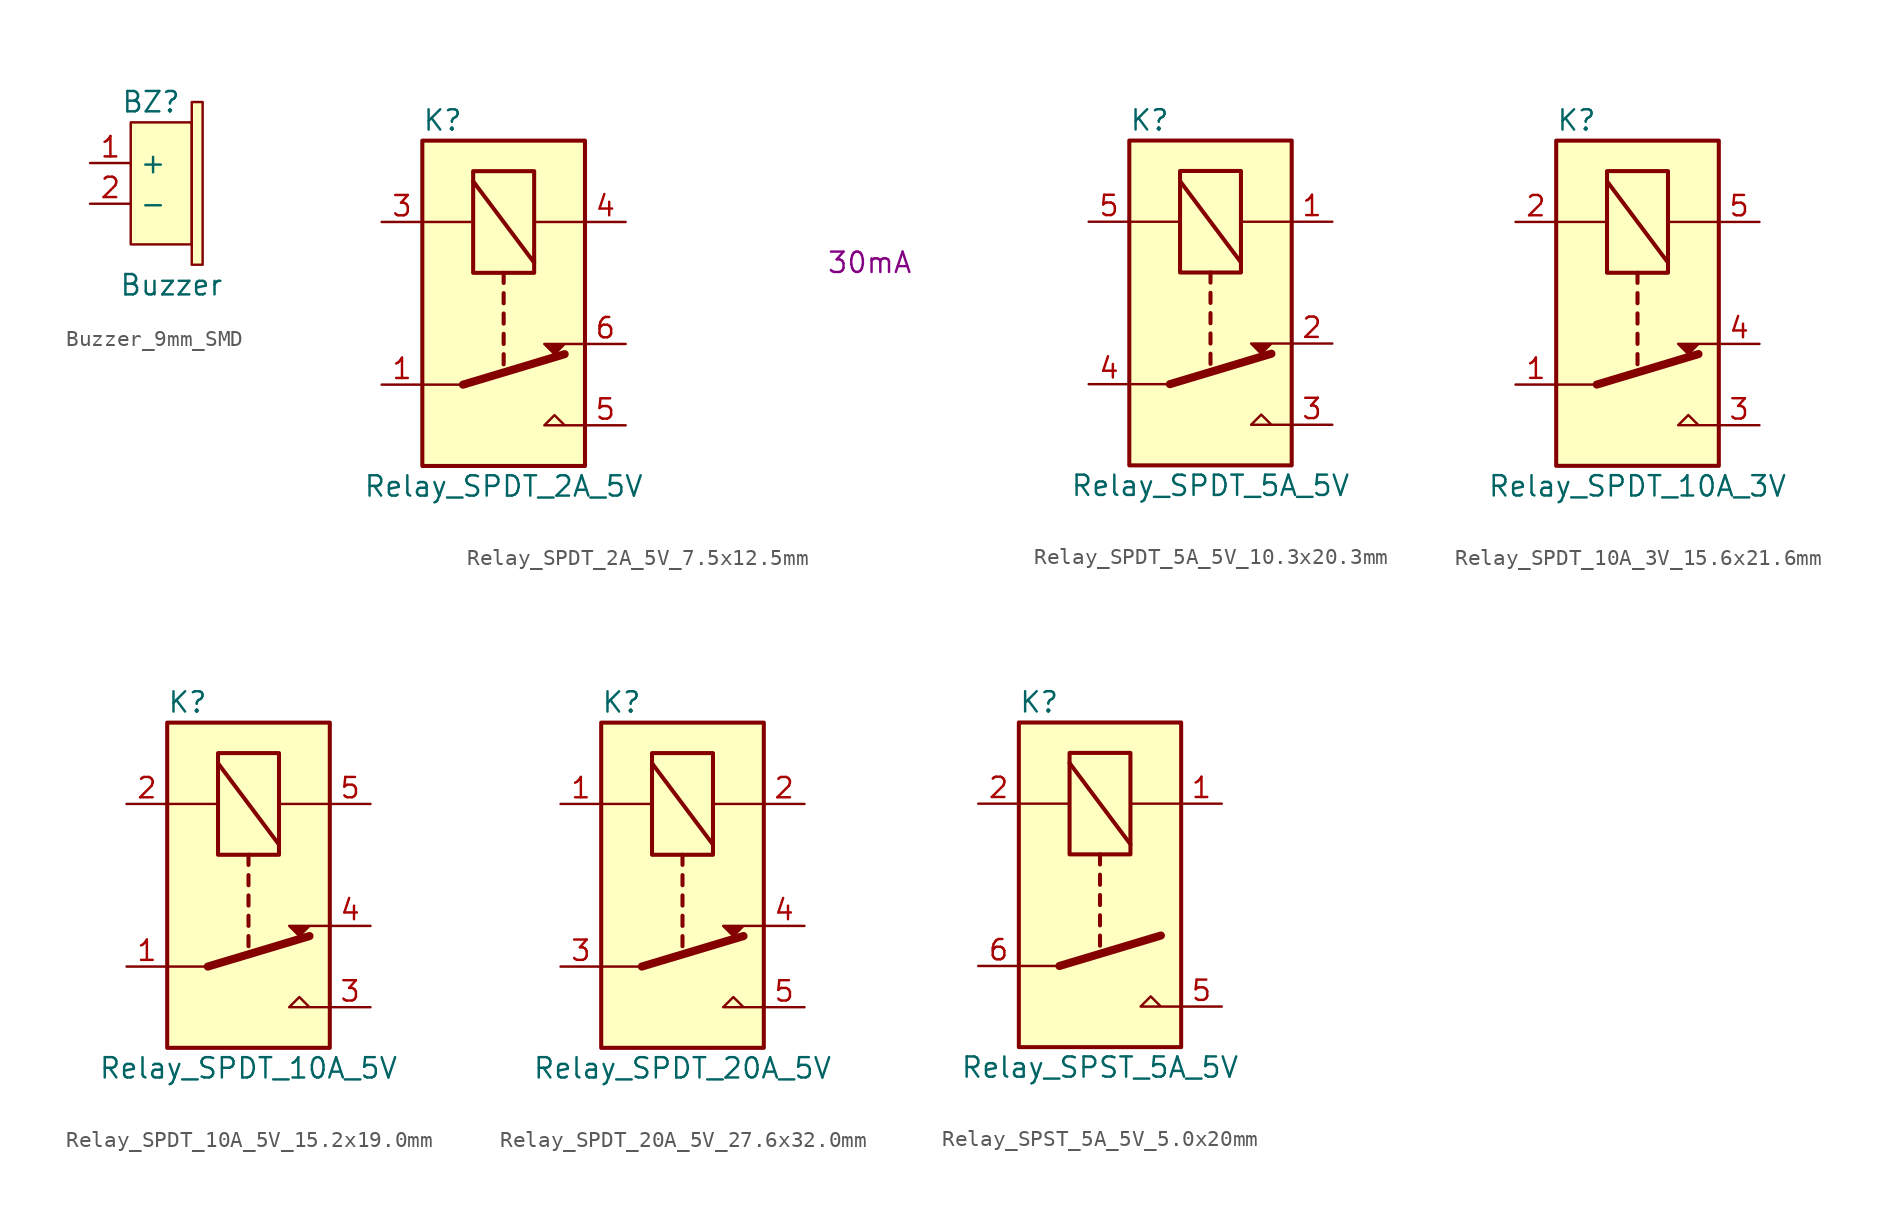
<source format=kicad_sym>
(kicad_symbol_lib
  (version 20231120)
  (generator "kicad_symbol_editor")
  (generator_version "8.0")
  (symbol "Buzzer_9mm_SMD"
    (property "Reference" "BZ"
      (at 0 5.08 0)
      (effects (font (size 1.27 1.27))))
    (property "Value" "Buzzer"
      (at 1.27 -6.35 0)
      (effects (font (size 1.27 1.27))))
    (symbol "Buzzer_9mm_SMD_1_1"
      (polyline (pts (xy -1.27 3.81) (xy -1.27 -3.81) (xy 2.54 -3.81) (xy 2.54 3.81) (xy -1.27 3.81)) (stroke (width 0) (type default)) (fill (type background)))
      (rectangle (start 3.219 5.08) (end 2.54 -5.08) (stroke (width 0) (type default)) (fill (type background)))
      (pin input line (at -3.81 1.27 0) (length 2.54) (name "+" (effects (font (size 1.27 1.27)))) (number "1" (effects (font (size 1.27 1.27)))))
      (pin input line (at -3.81 -1.27 0) (length 2.54) (name "-" (effects (font (size 1.27 1.27)))) (number "2" (effects (font (size 1.27 1.27)))))))
  (symbol "Relay_SPDT_2A_5V_7.5x12.5mm"
    (property "Reference" "K"
      (at -3.81 11.43 0)
      (effects (font (size 1.27 1.27))))
    (property "Value" "Relay_SPDT_2A_5V"
      (at 0 -11.43 0)
      (effects (font (size 1.27 1.27))))
    (property "ICoil" "30mA"
      (at 22.86 2.54 0)
      (effects (font (size 1.27 1.27))))
    (symbol "Relay_SPDT_2A_5V_7.5x12.5mm_0_0"
      (polyline (pts (xy 5.08 -7.62) (xy 2.54 -7.62) (xy 3.175 -6.985) (xy 3.81 -7.62)) (stroke (width 0) (type default)) (fill (type none)))
      (polyline (pts (xy 5.08 -2.54) (xy 2.54 -2.54) (xy 3.175 -3.175) (xy 3.81 -2.54)) (stroke (width 0) (type default)) (fill (type outline))))
    (symbol "Relay_SPDT_2A_5V_7.5x12.5mm_0_1"
      (polyline (pts (xy -5.08 5.08) (xy -1.905 5.08)) (stroke (width 0) (type default)) (fill (type none)))
      (polyline (pts (xy -2.54 -5.08) (xy -5.08 -5.08)) (stroke (width 0) (type default)) (fill (type none)))
      (polyline (pts (xy -2.54 -5.08) (xy 3.81 -3.175)) (stroke (width 0.508) (type default)) (fill (type none)))
      (polyline (pts (xy -1.905 7.62) (xy 1.905 2.54)) (stroke (width 0.254) (type default)) (fill (type none)))
      (polyline (pts (xy 0 -3.175) (xy 0 -3.81)) (stroke (width 0.254) (type default)) (fill (type none)))
      (polyline (pts (xy 0 -1.905) (xy 0 -2.54)) (stroke (width 0.254) (type default)) (fill (type none)))
      (polyline (pts (xy 0 -0.635) (xy 0 -1.27)) (stroke (width 0.254) (type default)) (fill (type none)))
      (polyline (pts (xy 0 0.635) (xy 0 0)) (stroke (width 0.254) (type default)) (fill (type none)))
      (polyline (pts (xy 0 1.905) (xy 0 1.27)) (stroke (width 0.254) (type default)) (fill (type none)))
      (polyline (pts (xy 5.08 5.08) (xy 1.905 5.08)) (stroke (width 0) (type default)) (fill (type none)))
      (rectangle (start 1.905 8.255) (end -1.905 1.905) (stroke (width 0.254) (type default)) (fill (type none)))
      (rectangle (start 5.08 10.16) (end -5.08 -10.16) (stroke (width 0.254) (type default)) (fill (type background))))
    (symbol "Relay_SPDT_2A_5V_7.5x12.5mm_1_1"
      (pin passive line (at -7.62 -5.08 0) (length 2.54) (name "" (effects (font (size 1.27 1.27)))) (number "1" (effects (font (size 1.27 1.27)))))
      (pin passive line (at -7.62 -5.08 0) (length 2.54) hide (name "" (effects (font (size 1.27 1.27)))) (number "2" (effects (font (size 1.27 1.27)))))
      (pin passive line (at -7.62 5.08 0) (length 2.54) (name "" (effects (font (size 1.27 1.27)))) (number "3" (effects (font (size 1.27 1.27)))))
      (pin passive line (at 7.62 5.08 180) (length 2.54) (name "" (effects (font (size 1.27 1.27)))) (number "4" (effects (font (size 1.27 1.27)))))
      (pin passive line (at 7.62 -7.62 180) (length 2.54) (name "" (effects (font (size 1.27 1.27)))) (number "5" (effects (font (size 1.27 1.27)))))
      (pin passive line (at 7.62 -2.54 180) (length 2.54) (name "" (effects (font (size 1.27 1.27)))) (number "6" (effects (font (size 1.27 1.27)))))))
  (symbol "Relay_SPDT_5A_5V_10.3x20.3mm"
    (property "Reference" "K"
      (at -3.81 11.43 0)
      (effects (font (size 1.27 1.27))))
    (property "Value" "Relay_SPDT_5A_5V"
      (at 0 -11.43 0)
      (effects (font (size 1.27 1.27))))
    (symbol "Relay_SPDT_5A_5V_10.3x20.3mm_0_0"
      (polyline (pts (xy 5.08 -7.62) (xy 2.54 -7.62) (xy 3.175 -6.985) (xy 3.81 -7.62)) (stroke (width 0) (type default)) (fill (type none)))
      (polyline (pts (xy 5.08 -2.54) (xy 2.54 -2.54) (xy 3.175 -3.175) (xy 3.81 -2.54)) (stroke (width 0) (type default)) (fill (type outline))))
    (symbol "Relay_SPDT_5A_5V_10.3x20.3mm_0_1"
      (polyline (pts (xy -5.08 5.08) (xy -1.905 5.08)) (stroke (width 0) (type default)) (fill (type none)))
      (polyline (pts (xy -2.54 -5.08) (xy -5.08 -5.08)) (stroke (width 0) (type default)) (fill (type none)))
      (polyline (pts (xy -2.54 -5.08) (xy 3.81 -3.175)) (stroke (width 0.508) (type default)) (fill (type none)))
      (polyline (pts (xy -1.905 7.62) (xy 1.905 2.54)) (stroke (width 0.254) (type default)) (fill (type none)))
      (polyline (pts (xy 0 -3.175) (xy 0 -3.81)) (stroke (width 0.254) (type default)) (fill (type none)))
      (polyline (pts (xy 0 -1.905) (xy 0 -2.54)) (stroke (width 0.254) (type default)) (fill (type none)))
      (polyline (pts (xy 0 -0.635) (xy 0 -1.27)) (stroke (width 0.254) (type default)) (fill (type none)))
      (polyline (pts (xy 0 0.635) (xy 0 0)) (stroke (width 0.254) (type default)) (fill (type none)))
      (polyline (pts (xy 0 1.905) (xy 0 1.27)) (stroke (width 0.254) (type default)) (fill (type none)))
      (polyline (pts (xy 5.08 5.08) (xy 1.905 5.08)) (stroke (width 0) (type default)) (fill (type none)))
      (rectangle (start 1.905 8.255) (end -1.905 1.905) (stroke (width 0.254) (type default)) (fill (type none)))
      (rectangle (start 5.08 10.16) (end -5.08 -10.16) (stroke (width 0.254) (type default)) (fill (type background))))
    (symbol "Relay_SPDT_5A_5V_10.3x20.3mm_1_1"
      (pin passive line (at 7.62 5.08 180) (length 2.54) (name "" (effects (font (size 1.27 1.27)))) (number "1" (effects (font (size 1.27 1.27)))))
      (pin passive line (at 7.62 -2.54 180) (length 2.54) (name "" (effects (font (size 1.27 1.27)))) (number "2" (effects (font (size 1.27 1.27)))))
      (pin passive line (at 7.62 -7.62 180) (length 2.54) (name "" (effects (font (size 1.27 1.27)))) (number "3" (effects (font (size 1.27 1.27)))))
      (pin passive line (at -7.62 -5.08 0) (length 2.54) (name "" (effects (font (size 1.27 1.27)))) (number "4" (effects (font (size 1.27 1.27)))))
      (pin passive line (at -7.62 5.08 0) (length 2.54) (name "" (effects (font (size 1.27 1.27)))) (number "5" (effects (font (size 1.27 1.27)))))))
  (symbol "Relay_SPDT_10A_3V_15.6x21.6mm"
    (property "Reference" "K"
      (at -3.81 11.43 0)
      (effects (font (size 1.27 1.27))))
    (property "Value" "Relay_SPDT_10A_3V"
      (at 0 -11.43 0)
      (effects (font (size 1.27 1.27))))
    (symbol "Relay_SPDT_10A_3V_15.6x21.6mm_0_0"
      (polyline (pts (xy 5.08 -7.62) (xy 2.54 -7.62) (xy 3.175 -6.985) (xy 3.81 -7.62)) (stroke (width 0) (type default)) (fill (type none)))
      (polyline (pts (xy 5.08 -2.54) (xy 2.54 -2.54) (xy 3.175 -3.175) (xy 3.81 -2.54)) (stroke (width 0) (type default)) (fill (type outline))))
    (symbol "Relay_SPDT_10A_3V_15.6x21.6mm_0_1"
      (polyline (pts (xy -5.08 5.08) (xy -1.905 5.08)) (stroke (width 0) (type default)) (fill (type none)))
      (polyline (pts (xy -2.54 -5.08) (xy -5.08 -5.08)) (stroke (width 0) (type default)) (fill (type none)))
      (polyline (pts (xy -2.54 -5.08) (xy 3.81 -3.175)) (stroke (width 0.508) (type default)) (fill (type none)))
      (polyline (pts (xy -1.905 7.62) (xy 1.905 2.54)) (stroke (width 0.254) (type default)) (fill (type none)))
      (polyline (pts (xy 0 -3.175) (xy 0 -3.81)) (stroke (width 0.254) (type default)) (fill (type none)))
      (polyline (pts (xy 0 -1.905) (xy 0 -2.54)) (stroke (width 0.254) (type default)) (fill (type none)))
      (polyline (pts (xy 0 -0.635) (xy 0 -1.27)) (stroke (width 0.254) (type default)) (fill (type none)))
      (polyline (pts (xy 0 0.635) (xy 0 0)) (stroke (width 0.254) (type default)) (fill (type none)))
      (polyline (pts (xy 0 1.905) (xy 0 1.27)) (stroke (width 0.254) (type default)) (fill (type none)))
      (polyline (pts (xy 5.08 5.08) (xy 1.905 5.08)) (stroke (width 0) (type default)) (fill (type none)))
      (rectangle (start 1.905 8.255) (end -1.905 1.905) (stroke (width 0.254) (type default)) (fill (type none)))
      (rectangle (start 5.08 10.16) (end -5.08 -10.16) (stroke (width 0.254) (type default)) (fill (type background))))
    (symbol "Relay_SPDT_10A_3V_15.6x21.6mm_1_1"
      (pin passive line (at -7.62 -5.08 0) (length 2.54) (name "" (effects (font (size 1.27 1.27)))) (number "1" (effects (font (size 1.27 1.27)))))
      (pin passive line (at -7.62 5.08 0) (length 2.54) (name "" (effects (font (size 1.27 1.27)))) (number "2" (effects (font (size 1.27 1.27)))))
      (pin passive line (at 7.62 -7.62 180) (length 2.54) (name "" (effects (font (size 1.27 1.27)))) (number "3" (effects (font (size 1.27 1.27)))))
      (pin passive line (at 7.62 -2.54 180) (length 2.54) (name "" (effects (font (size 1.27 1.27)))) (number "4" (effects (font (size 1.27 1.27)))))
      (pin passive line (at 7.62 5.08 180) (length 2.54) (name "" (effects (font (size 1.27 1.27)))) (number "5" (effects (font (size 1.27 1.27)))))))
  (symbol "Relay_SPDT_10A_5V_15.2x19.0mm"
    (property "Reference" "K"
      (at -3.81 11.43 0)
      (effects (font (size 1.27 1.27))))
    (property "Value" "Relay_SPDT_10A_5V"
      (at 0 -11.43 0)
      (effects (font (size 1.27 1.27))))
    (symbol "Relay_SPDT_10A_5V_15.2x19.0mm_0_0"
      (polyline (pts (xy 5.08 -7.62) (xy 2.54 -7.62) (xy 3.175 -6.985) (xy 3.81 -7.62)) (stroke (width 0) (type default)) (fill (type none)))
      (polyline (pts (xy 5.08 -2.54) (xy 2.54 -2.54) (xy 3.175 -3.175) (xy 3.81 -2.54)) (stroke (width 0) (type default)) (fill (type outline))))
    (symbol "Relay_SPDT_10A_5V_15.2x19.0mm_0_1"
      (polyline (pts (xy -5.08 5.08) (xy -1.905 5.08)) (stroke (width 0) (type default)) (fill (type none)))
      (polyline (pts (xy -2.54 -5.08) (xy -5.08 -5.08)) (stroke (width 0) (type default)) (fill (type none)))
      (polyline (pts (xy -2.54 -5.08) (xy 3.81 -3.175)) (stroke (width 0.508) (type default)) (fill (type none)))
      (polyline (pts (xy -1.905 7.62) (xy 1.905 2.54)) (stroke (width 0.254) (type default)) (fill (type none)))
      (polyline (pts (xy 0 -3.175) (xy 0 -3.81)) (stroke (width 0.254) (type default)) (fill (type none)))
      (polyline (pts (xy 0 -1.905) (xy 0 -2.54)) (stroke (width 0.254) (type default)) (fill (type none)))
      (polyline (pts (xy 0 -0.635) (xy 0 -1.27)) (stroke (width 0.254) (type default)) (fill (type none)))
      (polyline (pts (xy 0 0.635) (xy 0 0)) (stroke (width 0.254) (type default)) (fill (type none)))
      (polyline (pts (xy 0 1.905) (xy 0 1.27)) (stroke (width 0.254) (type default)) (fill (type none)))
      (polyline (pts (xy 5.08 5.08) (xy 1.905 5.08)) (stroke (width 0) (type default)) (fill (type none)))
      (rectangle (start 1.905 8.255) (end -1.905 1.905) (stroke (width 0.254) (type default)) (fill (type none)))
      (rectangle (start 5.08 10.16) (end -5.08 -10.16) (stroke (width 0.254) (type default)) (fill (type background))))
    (symbol "Relay_SPDT_10A_5V_15.2x19.0mm_1_1"
      (pin passive line (at -7.62 -5.08 0) (length 2.54) (name "" (effects (font (size 1.27 1.27)))) (number "1" (effects (font (size 1.27 1.27)))))
      (pin passive line (at -7.62 5.08 0) (length 2.54) (name "" (effects (font (size 1.27 1.27)))) (number "2" (effects (font (size 1.27 1.27)))))
      (pin passive line (at 7.62 -7.62 180) (length 2.54) (name "" (effects (font (size 1.27 1.27)))) (number "3" (effects (font (size 1.27 1.27)))))
      (pin passive line (at 7.62 -2.54 180) (length 2.54) (name "" (effects (font (size 1.27 1.27)))) (number "4" (effects (font (size 1.27 1.27)))))
      (pin passive line (at 7.62 5.08 180) (length 2.54) (name "" (effects (font (size 1.27 1.27)))) (number "5" (effects (font (size 1.27 1.27)))))))
  (symbol "Relay_SPDT_20A_5V_27.6x32.0mm"
    (property "Reference" "K"
      (at -3.81 11.43 0)
      (effects (font (size 1.27 1.27))))
    (property "Value" "Relay_SPDT_20A_5V"
      (at 0 -11.43 0)
      (effects (font (size 1.27 1.27))))
    (symbol "Relay_SPDT_20A_5V_27.6x32.0mm_0_0"
      (polyline (pts (xy 5.08 -7.62) (xy 2.54 -7.62) (xy 3.175 -6.985) (xy 3.81 -7.62)) (stroke (width 0) (type default)) (fill (type none)))
      (polyline (pts (xy 5.08 -2.54) (xy 2.54 -2.54) (xy 3.175 -3.175) (xy 3.81 -2.54)) (stroke (width 0) (type default)) (fill (type outline))))
    (symbol "Relay_SPDT_20A_5V_27.6x32.0mm_0_1"
      (polyline (pts (xy -5.08 5.08) (xy -1.905 5.08)) (stroke (width 0) (type default)) (fill (type none)))
      (polyline (pts (xy -2.54 -5.08) (xy -5.08 -5.08)) (stroke (width 0) (type default)) (fill (type none)))
      (polyline (pts (xy -2.54 -5.08) (xy 3.81 -3.175)) (stroke (width 0.508) (type default)) (fill (type none)))
      (polyline (pts (xy -1.905 7.62) (xy 1.905 2.54)) (stroke (width 0.254) (type default)) (fill (type none)))
      (polyline (pts (xy 0 -3.175) (xy 0 -3.81)) (stroke (width 0.254) (type default)) (fill (type none)))
      (polyline (pts (xy 0 -1.905) (xy 0 -2.54)) (stroke (width 0.254) (type default)) (fill (type none)))
      (polyline (pts (xy 0 -0.635) (xy 0 -1.27)) (stroke (width 0.254) (type default)) (fill (type none)))
      (polyline (pts (xy 0 0.635) (xy 0 0)) (stroke (width 0.254) (type default)) (fill (type none)))
      (polyline (pts (xy 0 1.905) (xy 0 1.27)) (stroke (width 0.254) (type default)) (fill (type none)))
      (polyline (pts (xy 5.08 5.08) (xy 1.905 5.08)) (stroke (width 0) (type default)) (fill (type none)))
      (rectangle (start 1.905 8.255) (end -1.905 1.905) (stroke (width 0.254) (type default)) (fill (type none)))
      (rectangle (start 5.08 10.16) (end -5.08 -10.16) (stroke (width 0.254) (type default)) (fill (type background))))
    (symbol "Relay_SPDT_20A_5V_27.6x32.0mm_1_1"
      (pin passive line (at -7.62 5.08 0) (length 2.54) (name "" (effects (font (size 1.27 1.27)))) (number "1" (effects (font (size 1.27 1.27)))))
      (pin passive line (at 7.62 5.08 180) (length 2.54) (name "" (effects (font (size 1.27 1.27)))) (number "2" (effects (font (size 1.27 1.27)))))
      (pin passive line (at -7.62 -5.08 0) (length 2.54) (name "" (effects (font (size 1.27 1.27)))) (number "3" (effects (font (size 1.27 1.27)))))
      (pin passive line (at 7.62 -2.54 180) (length 2.54) (name "" (effects (font (size 1.27 1.27)))) (number "4" (effects (font (size 1.27 1.27)))))
      (pin passive line (at 7.62 -7.62 180) (length 2.54) (name "" (effects (font (size 1.27 1.27)))) (number "5" (effects (font (size 1.27 1.27)))))))
  (symbol "Relay_SPST_5A_5V_5.0x20mm"
    (property "Reference" "K"
      (at -3.81 11.43 0)
      (effects (font (size 1.27 1.27))))
    (property "Value" "Relay_SPST_5A_5V"
      (at 0 -11.43 0)
      (effects (font (size 1.27 1.27))))
    (symbol "Relay_SPST_5A_5V_5.0x20mm_0_0"
      (polyline (pts (xy 5.08 -7.62) (xy 2.54 -7.62) (xy 3.175 -6.985) (xy 3.81 -7.62)) (stroke (width 0) (type default)) (fill (type none))))
    (symbol "Relay_SPST_5A_5V_5.0x20mm_0_1"
      (polyline (pts (xy -5.08 5.08) (xy -1.905 5.08)) (stroke (width 0) (type default)) (fill (type none)))
      (polyline (pts (xy -2.54 -5.08) (xy -5.08 -5.08)) (stroke (width 0) (type default)) (fill (type none)))
      (polyline (pts (xy -2.54 -5.08) (xy 3.81 -3.175)) (stroke (width 0.508) (type default)) (fill (type none)))
      (polyline (pts (xy -1.905 7.62) (xy 1.905 2.54)) (stroke (width 0.254) (type default)) (fill (type none)))
      (polyline (pts (xy 0 -3.175) (xy 0 -3.81)) (stroke (width 0.254) (type default)) (fill (type none)))
      (polyline (pts (xy 0 -1.905) (xy 0 -2.54)) (stroke (width 0.254) (type default)) (fill (type none)))
      (polyline (pts (xy 0 -0.635) (xy 0 -1.27)) (stroke (width 0.254) (type default)) (fill (type none)))
      (polyline (pts (xy 0 0.635) (xy 0 0)) (stroke (width 0.254) (type default)) (fill (type none)))
      (polyline (pts (xy 0 1.905) (xy 0 1.27)) (stroke (width 0.254) (type default)) (fill (type none)))
      (polyline (pts (xy 5.08 5.08) (xy 1.905 5.08)) (stroke (width 0) (type default)) (fill (type none)))
      (rectangle (start 1.905 8.255) (end -1.905 1.905) (stroke (width 0.254) (type default)) (fill (type none)))
      (rectangle (start 5.08 10.16) (end -5.08 -10.16) (stroke (width 0.254) (type default)) (fill (type background))))
    (symbol "Relay_SPST_5A_5V_5.0x20mm_1_1"
      (pin passive line (at 7.62 5.08 180) (length 2.54) (name "" (effects (font (size 1.27 1.27)))) (number "1" (effects (font (size 1.27 1.27)))))
      (pin passive line (at -7.62 5.08 0) (length 2.54) (name "" (effects (font (size 1.27 1.27)))) (number "2" (effects (font (size 1.27 1.27)))))
      (pin passive line (at 7.62 -7.62 180) (length 2.54) (name "" (effects (font (size 1.27 1.27)))) (number "5" (effects (font (size 1.27 1.27)))))
      (pin passive line (at -7.62 -5.08 0) (length 2.54) (name "" (effects (font (size 1.27 1.27)))) (number "6" (effects (font (size 1.27 1.27))))))))
</source>
